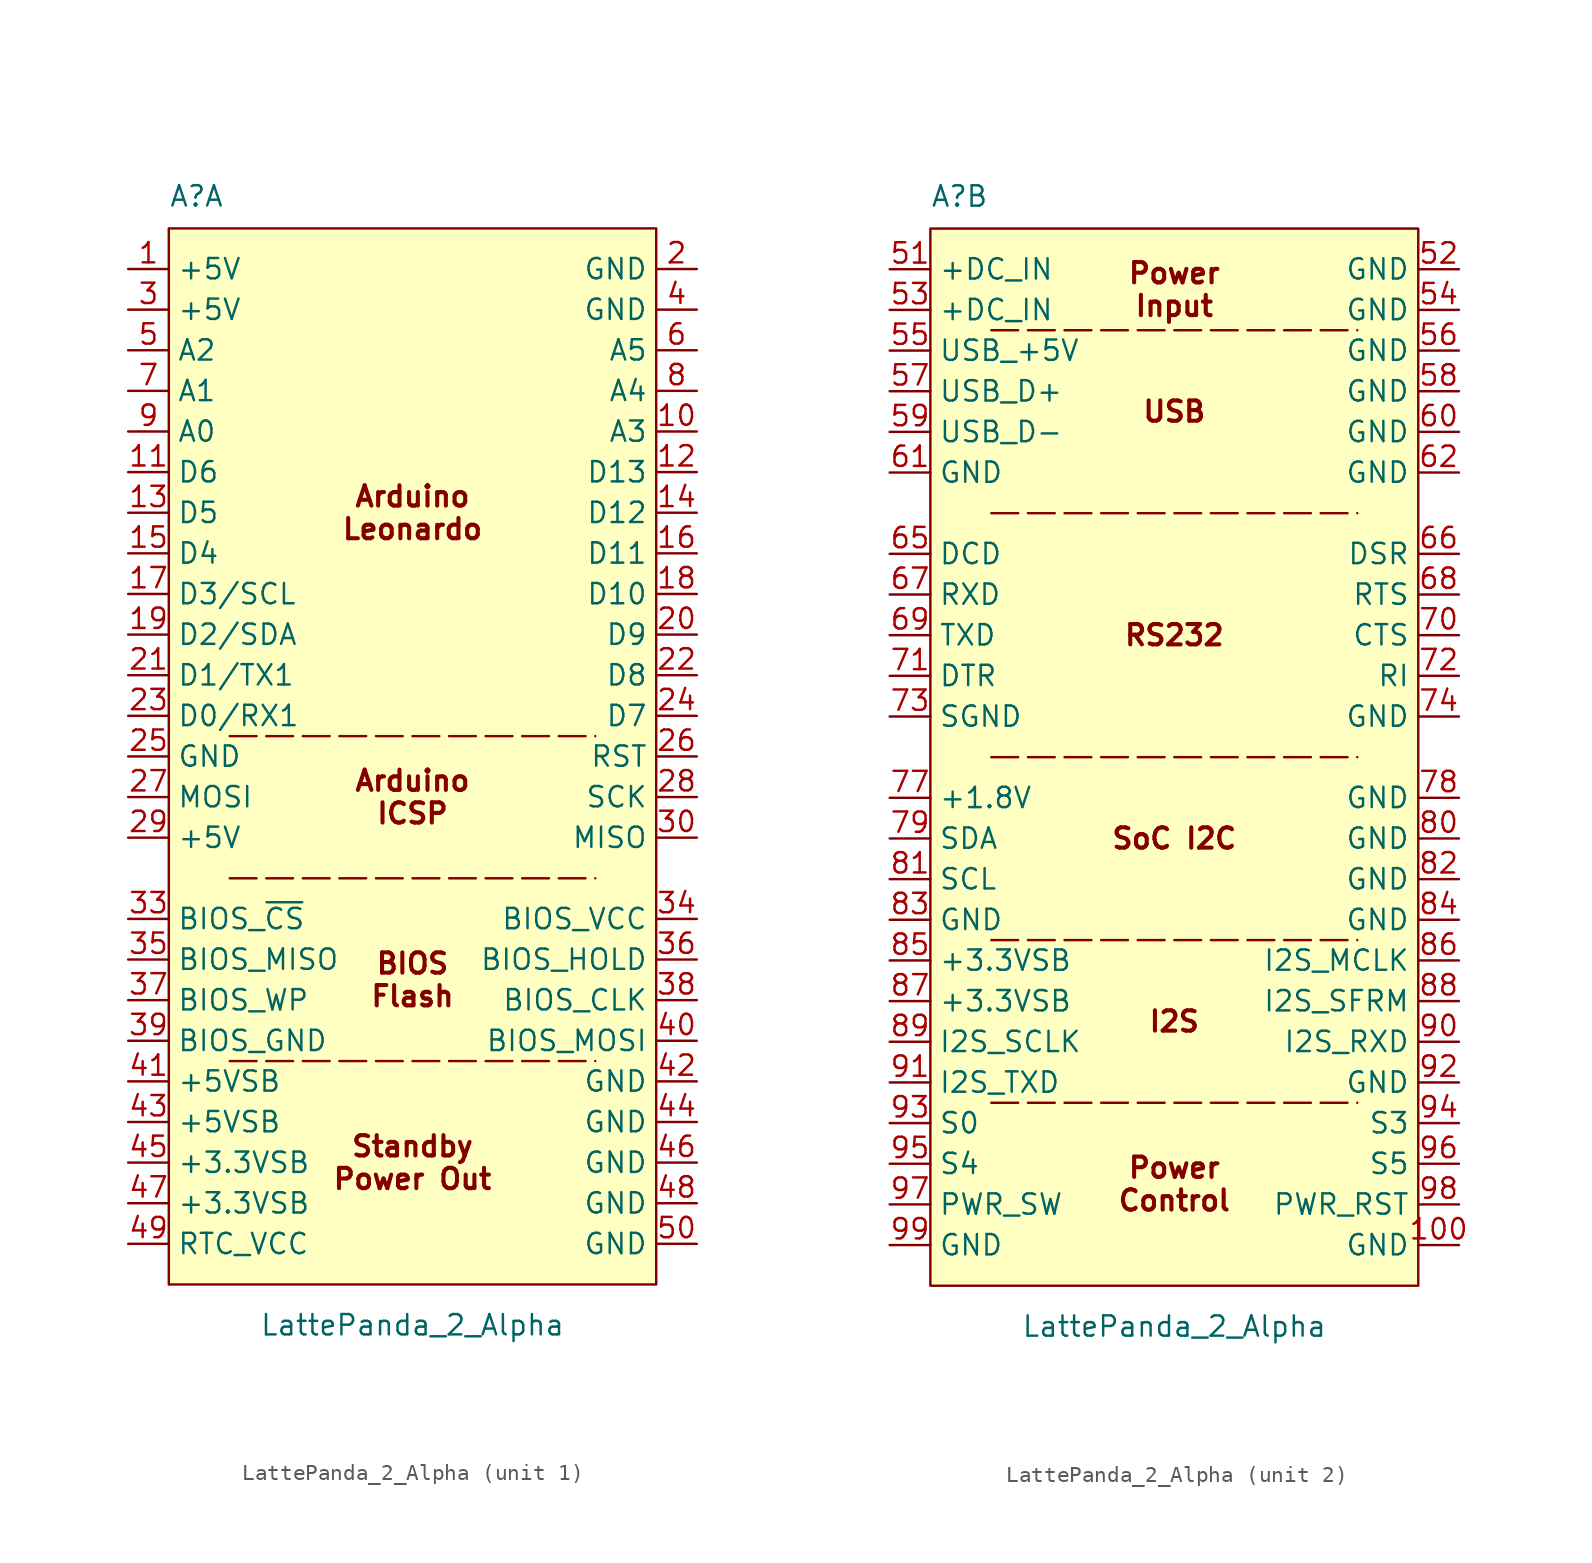
<source format=kicad_sym>
(kicad_symbol_lib
  (version 20220914)
  (generator kicad_symbol_editor)
  (symbol "LattePanda_2_Alpha"
    (property "Reference" "A"
      (at -15.24 34.29 0)
      (effects (font (size 1.27 1.27)) (justify left bottom)))
    (property "Value" "LattePanda_2_Alpha"
      (at 0 -35.56 0)
      (effects (font (size 1.27 1.27))))
    (symbol "LattePanda_2_Alpha_0_1"
      (rectangle (start -15.24 33.02) (end 15.24 -33.02) (stroke (width 0) (type default)) (fill (type background))))
    (symbol "LattePanda_2_Alpha_1_1"
      (polyline (pts (xy -11.43 -19.05) (xy 11.43 -19.05)) (stroke (width 0) (type dash)) (fill (type none)))
      (polyline (pts (xy -11.43 -7.62) (xy 11.43 -7.62)) (stroke (width 0) (type dash)) (fill (type none)))
      (polyline (pts (xy -11.43 1.27) (xy 11.43 1.27)) (stroke (width 0) (type dash)) (fill (type none)))
      (text "Arduino\nICSP" (at 0 -2.54 0) (effects (font (size 1.27 1.27) bold)))
      (text "Arduino\nLeonardo" (at 0 15.24 0) (effects (font (size 1.27 1.27) bold)))
      (text "BIOS\nFlash" (at 0 -13.97 0) (effects (font (size 1.27 1.27) bold)))
      (text "Standby\nPower Out" (at 0 -25.4 0) (effects (font (size 1.27 1.27) bold)))
      (pin power_out line (at -17.78 30.48 0) (length 2.54) (name "+5V" (effects (font (size 1.27 1.27)))) (number "1" (effects (font (size 1.27 1.27)))))
      (pin bidirectional line (at 17.78 20.32 180) (length 2.54) (name "A3" (effects (font (size 1.27 1.27)))) (number "10" (effects (font (size 1.27 1.27)))))
      (pin bidirectional line (at -17.78 17.78 0) (length 2.54) (name "D6" (effects (font (size 1.27 1.27)))) (number "11" (effects (font (size 1.27 1.27)))))
      (pin bidirectional line (at 17.78 17.78 180) (length 2.54) (name "D13" (effects (font (size 1.27 1.27)))) (number "12" (effects (font (size 1.27 1.27)))))
      (pin bidirectional line (at -17.78 15.24 0) (length 2.54) (name "D5" (effects (font (size 1.27 1.27)))) (number "13" (effects (font (size 1.27 1.27)))))
      (pin bidirectional line (at 17.78 15.24 180) (length 2.54) (name "D12" (effects (font (size 1.27 1.27)))) (number "14" (effects (font (size 1.27 1.27)))))
      (pin bidirectional line (at -17.78 12.7 0) (length 2.54) (name "D4" (effects (font (size 1.27 1.27)))) (number "15" (effects (font (size 1.27 1.27)))))
      (pin bidirectional line (at 17.78 12.7 180) (length 2.54) (name "D11" (effects (font (size 1.27 1.27)))) (number "16" (effects (font (size 1.27 1.27)))))
      (pin bidirectional line (at -17.78 10.16 0) (length 2.54) (name "D3/SCL" (effects (font (size 1.27 1.27)))) (number "17" (effects (font (size 1.27 1.27)))))
      (pin bidirectional line (at 17.78 10.16 180) (length 2.54) (name "D10" (effects (font (size 1.27 1.27)))) (number "18" (effects (font (size 1.27 1.27)))))
      (pin bidirectional line (at -17.78 7.62 0) (length 2.54) (name "D2/SDA" (effects (font (size 1.27 1.27)))) (number "19" (effects (font (size 1.27 1.27)))))
      (pin power_in line (at 17.78 30.48 180) (length 2.54) (name "GND" (effects (font (size 1.27 1.27)))) (number "2" (effects (font (size 1.27 1.27)))))
      (pin bidirectional line (at 17.78 7.62 180) (length 2.54) (name "D9" (effects (font (size 1.27 1.27)))) (number "20" (effects (font (size 1.27 1.27)))))
      (pin bidirectional line (at -17.78 5.08 0) (length 2.54) (name "D1/TX1" (effects (font (size 1.27 1.27)))) (number "21" (effects (font (size 1.27 1.27)))))
      (pin bidirectional line (at 17.78 5.08 180) (length 2.54) (name "D8" (effects (font (size 1.27 1.27)))) (number "22" (effects (font (size 1.27 1.27)))))
      (pin bidirectional line (at -17.78 2.54 0) (length 2.54) (name "D0/RX1" (effects (font (size 1.27 1.27)))) (number "23" (effects (font (size 1.27 1.27)))))
      (pin bidirectional line (at 17.78 2.54 180) (length 2.54) (name "D7" (effects (font (size 1.27 1.27)))) (number "24" (effects (font (size 1.27 1.27)))))
      (pin power_in line (at -17.78 0 0) (length 2.54) (name "GND" (effects (font (size 1.27 1.27)))) (number "25" (effects (font (size 1.27 1.27)))))
      (pin input line (at 17.78 0 180) (length 2.54) (name "RST" (effects (font (size 1.27 1.27)))) (number "26" (effects (font (size 1.27 1.27)))))
      (pin input line (at -17.78 -2.54 0) (length 2.54) (name "MOSI" (effects (font (size 1.27 1.27)))) (number "27" (effects (font (size 1.27 1.27)))))
      (pin input line (at 17.78 -2.54 180) (length 2.54) (name "SCK" (effects (font (size 1.27 1.27)))) (number "28" (effects (font (size 1.27 1.27)))))
      (pin power_in line (at -17.78 -5.08 0) (length 2.54) (name "+5V" (effects (font (size 1.27 1.27)))) (number "29" (effects (font (size 1.27 1.27)))))
      (pin power_out line (at -17.78 27.94 0) (length 2.54) (name "+5V" (effects (font (size 1.27 1.27)))) (number "3" (effects (font (size 1.27 1.27)))))
      (pin input line (at 17.78 -5.08 180) (length 2.54) (name "MISO" (effects (font (size 1.27 1.27)))) (number "30" (effects (font (size 1.27 1.27)))))
      (pin input line (at -17.78 -10.16 0) (length 2.54) (name "BIOS_~{CS}" (effects (font (size 1.27 1.27)))) (number "33" (effects (font (size 1.27 1.27)))))
      (pin power_in line (at 17.78 -10.16 180) (length 2.54) (name "BIOS_VCC" (effects (font (size 1.27 1.27)))) (number "34" (effects (font (size 1.27 1.27)))))
      (pin input line (at -17.78 -12.7 0) (length 2.54) (name "BIOS_MISO" (effects (font (size 1.27 1.27)))) (number "35" (effects (font (size 1.27 1.27)))))
      (pin input line (at 17.78 -12.7 180) (length 2.54) (name "BIOS_HOLD" (effects (font (size 1.27 1.27)))) (number "36" (effects (font (size 1.27 1.27)))))
      (pin input line (at -17.78 -15.24 0) (length 2.54) (name "BIOS_WP" (effects (font (size 1.27 1.27)))) (number "37" (effects (font (size 1.27 1.27)))))
      (pin input line (at 17.78 -15.24 180) (length 2.54) (name "BIOS_CLK" (effects (font (size 1.27 1.27)))) (number "38" (effects (font (size 1.27 1.27)))))
      (pin power_in line (at -17.78 -17.78 0) (length 2.54) (name "BIOS_GND" (effects (font (size 1.27 1.27)))) (number "39" (effects (font (size 1.27 1.27)))))
      (pin power_in line (at 17.78 27.94 180) (length 2.54) (name "GND" (effects (font (size 1.27 1.27)))) (number "4" (effects (font (size 1.27 1.27)))))
      (pin input line (at 17.78 -17.78 180) (length 2.54) (name "BIOS_MOSI" (effects (font (size 1.27 1.27)))) (number "40" (effects (font (size 1.27 1.27)))))
      (pin power_out line (at -17.78 -20.32 0) (length 2.54) (name "+5VSB" (effects (font (size 1.27 1.27)))) (number "41" (effects (font (size 1.27 1.27)))))
      (pin power_in line (at 17.78 -20.32 180) (length 2.54) (name "GND" (effects (font (size 1.27 1.27)))) (number "42" (effects (font (size 1.27 1.27)))))
      (pin power_out line (at -17.78 -22.86 0) (length 2.54) (name "+5VSB" (effects (font (size 1.27 1.27)))) (number "43" (effects (font (size 1.27 1.27)))))
      (pin power_in line (at 17.78 -22.86 180) (length 2.54) (name "GND" (effects (font (size 1.27 1.27)))) (number "44" (effects (font (size 1.27 1.27)))))
      (pin power_out line (at -17.78 -25.4 0) (length 2.54) (name "+3.3VSB" (effects (font (size 1.27 1.27)))) (number "45" (effects (font (size 1.27 1.27)))))
      (pin power_in line (at 17.78 -25.4 180) (length 2.54) (name "GND" (effects (font (size 1.27 1.27)))) (number "46" (effects (font (size 1.27 1.27)))))
      (pin power_out line (at -17.78 -27.94 0) (length 2.54) (name "+3.3VSB" (effects (font (size 1.27 1.27)))) (number "47" (effects (font (size 1.27 1.27)))))
      (pin power_in line (at 17.78 -27.94 180) (length 2.54) (name "GND" (effects (font (size 1.27 1.27)))) (number "48" (effects (font (size 1.27 1.27)))))
      (pin power_in line (at -17.78 -30.48 0) (length 2.54) (name "RTC_VCC" (effects (font (size 1.27 1.27)))) (number "49" (effects (font (size 1.27 1.27)))))
      (pin bidirectional line (at -17.78 25.4 0) (length 2.54) (name "A2" (effects (font (size 1.27 1.27)))) (number "5" (effects (font (size 1.27 1.27)))))
      (pin power_in line (at 17.78 -30.48 180) (length 2.54) (name "GND" (effects (font (size 1.27 1.27)))) (number "50" (effects (font (size 1.27 1.27)))))
      (pin bidirectional line (at 17.78 25.4 180) (length 2.54) (name "A5" (effects (font (size 1.27 1.27)))) (number "6" (effects (font (size 1.27 1.27)))))
      (pin bidirectional line (at -17.78 22.86 0) (length 2.54) (name "A1" (effects (font (size 1.27 1.27)))) (number "7" (effects (font (size 1.27 1.27)))))
      (pin bidirectional line (at 17.78 22.86 180) (length 2.54) (name "A4" (effects (font (size 1.27 1.27)))) (number "8" (effects (font (size 1.27 1.27)))))
      (pin bidirectional line (at -17.78 20.32 0) (length 2.54) (name "A0" (effects (font (size 1.27 1.27)))) (number "9" (effects (font (size 1.27 1.27))))))
    (symbol "LattePanda_2_Alpha_2_1"
      (polyline (pts (xy -11.43 -21.59) (xy 11.43 -21.59)) (stroke (width 0) (type dash)) (fill (type none)))
      (polyline (pts (xy -11.43 -11.43) (xy 11.43 -11.43)) (stroke (width 0) (type dash)) (fill (type none)))
      (polyline (pts (xy -11.43 0) (xy 11.43 0)) (stroke (width 0) (type dash)) (fill (type none)))
      (polyline (pts (xy -11.43 15.24) (xy 11.43 15.24)) (stroke (width 0) (type dash)) (fill (type none)))
      (polyline (pts (xy -11.43 26.67) (xy 11.43 26.67)) (stroke (width 0) (type dash)) (fill (type none)))
      (text "I2S" (at 0 -16.51 0) (effects (font (size 1.27 1.27) bold)))
      (text "Power\nControl" (at 0 -26.67 0) (effects (font (size 1.27 1.27) bold)))
      (text "Power\nInput" (at 0 29.21 0) (effects (font (size 1.27 1.27) bold)))
      (text "RS232" (at 0 7.62 0) (effects (font (size 1.27 1.27) bold)))
      (text "SoC I2C" (at 0 -5.08 0) (effects (font (size 1.27 1.27) bold)))
      (text "USB" (at 0 21.59 0) (effects (font (size 1.27 1.27) bold)))
      (pin power_in line (at 17.78 -30.48 180) (length 2.54) (name "GND" (effects (font (size 1.27 1.27)))) (number "100" (effects (font (size 1.27 1.27)))))
      (pin power_in line (at -17.78 30.48 0) (length 2.54) (name "+DC_IN" (effects (font (size 1.27 1.27)))) (number "51" (effects (font (size 1.27 1.27)))))
      (pin power_in line (at 17.78 30.48 180) (length 2.54) (name "GND" (effects (font (size 1.27 1.27)))) (number "52" (effects (font (size 1.27 1.27)))))
      (pin power_in line (at -17.78 27.94 0) (length 2.54) (name "+DC_IN" (effects (font (size 1.27 1.27)))) (number "53" (effects (font (size 1.27 1.27)))))
      (pin power_in line (at 17.78 27.94 180) (length 2.54) (name "GND" (effects (font (size 1.27 1.27)))) (number "54" (effects (font (size 1.27 1.27)))))
      (pin power_out line (at -17.78 25.4 0) (length 2.54) (name "USB_+5V" (effects (font (size 1.27 1.27)))) (number "55" (effects (font (size 1.27 1.27)))))
      (pin power_in line (at 17.78 25.4 180) (length 2.54) (name "GND" (effects (font (size 1.27 1.27)))) (number "56" (effects (font (size 1.27 1.27)))))
      (pin bidirectional line (at -17.78 22.86 0) (length 2.54) (name "USB_D+" (effects (font (size 1.27 1.27)))) (number "57" (effects (font (size 1.27 1.27)))))
      (pin power_in line (at 17.78 22.86 180) (length 2.54) (name "GND" (effects (font (size 1.27 1.27)))) (number "58" (effects (font (size 1.27 1.27)))))
      (pin bidirectional line (at -17.78 20.32 0) (length 2.54) (name "USB_D-" (effects (font (size 1.27 1.27)))) (number "59" (effects (font (size 1.27 1.27)))))
      (pin power_in line (at 17.78 20.32 180) (length 2.54) (name "GND" (effects (font (size 1.27 1.27)))) (number "60" (effects (font (size 1.27 1.27)))))
      (pin power_in line (at -17.78 17.78 0) (length 2.54) (name "GND" (effects (font (size 1.27 1.27)))) (number "61" (effects (font (size 1.27 1.27)))))
      (pin power_in line (at 17.78 17.78 180) (length 2.54) (name "GND" (effects (font (size 1.27 1.27)))) (number "62" (effects (font (size 1.27 1.27)))))
      (pin input line (at -17.78 12.7 0) (length 2.54) (name "DCD" (effects (font (size 1.27 1.27)))) (number "65" (effects (font (size 1.27 1.27)))))
      (pin input line (at 17.78 12.7 180) (length 2.54) (name "DSR" (effects (font (size 1.27 1.27)))) (number "66" (effects (font (size 1.27 1.27)))))
      (pin input line (at -17.78 10.16 0) (length 2.54) (name "RXD" (effects (font (size 1.27 1.27)))) (number "67" (effects (font (size 1.27 1.27)))))
      (pin output line (at 17.78 10.16 180) (length 2.54) (name "RTS" (effects (font (size 1.27 1.27)))) (number "68" (effects (font (size 1.27 1.27)))))
      (pin output line (at -17.78 7.62 0) (length 2.54) (name "TXD" (effects (font (size 1.27 1.27)))) (number "69" (effects (font (size 1.27 1.27)))))
      (pin input line (at 17.78 7.62 180) (length 2.54) (name "CTS" (effects (font (size 1.27 1.27)))) (number "70" (effects (font (size 1.27 1.27)))))
      (pin output line (at -17.78 5.08 0) (length 2.54) (name "DTR" (effects (font (size 1.27 1.27)))) (number "71" (effects (font (size 1.27 1.27)))))
      (pin input line (at 17.78 5.08 180) (length 2.54) (name "RI" (effects (font (size 1.27 1.27)))) (number "72" (effects (font (size 1.27 1.27)))))
      (pin passive line (at -17.78 2.54 0) (length 2.54) (name "SGND" (effects (font (size 1.27 1.27)))) (number "73" (effects (font (size 1.27 1.27)))))
      (pin power_in line (at 17.78 2.54 180) (length 2.54) (name "GND" (effects (font (size 1.27 1.27)))) (number "74" (effects (font (size 1.27 1.27)))))
      (pin power_out line (at -17.78 -2.54 0) (length 2.54) (name "+1.8V" (effects (font (size 1.27 1.27)))) (number "77" (effects (font (size 1.27 1.27)))))
      (pin power_in line (at 17.78 -2.54 180) (length 2.54) (name "GND" (effects (font (size 1.27 1.27)))) (number "78" (effects (font (size 1.27 1.27)))))
      (pin bidirectional line (at -17.78 -5.08 0) (length 2.54) (name "SDA" (effects (font (size 1.27 1.27)))) (number "79" (effects (font (size 1.27 1.27)))))
      (pin power_in line (at 17.78 -5.08 180) (length 2.54) (name "GND" (effects (font (size 1.27 1.27)))) (number "80" (effects (font (size 1.27 1.27)))))
      (pin output line (at -17.78 -7.62 0) (length 2.54) (name "SCL" (effects (font (size 1.27 1.27)))) (number "81" (effects (font (size 1.27 1.27)))))
      (pin power_in line (at 17.78 -7.62 180) (length 2.54) (name "GND" (effects (font (size 1.27 1.27)))) (number "82" (effects (font (size 1.27 1.27)))))
      (pin power_in line (at -17.78 -10.16 0) (length 2.54) (name "GND" (effects (font (size 1.27 1.27)))) (number "83" (effects (font (size 1.27 1.27)))))
      (pin power_in line (at 17.78 -10.16 180) (length 2.54) (name "GND" (effects (font (size 1.27 1.27)))) (number "84" (effects (font (size 1.27 1.27)))))
      (pin power_out line (at -17.78 -12.7 0) (length 2.54) (name "+3.3VSB" (effects (font (size 1.27 1.27)))) (number "85" (effects (font (size 1.27 1.27)))))
      (pin output line (at 17.78 -12.7 180) (length 2.54) (name "I2S_MCLK" (effects (font (size 1.27 1.27)))) (number "86" (effects (font (size 1.27 1.27)))))
      (pin power_out line (at -17.78 -15.24 0) (length 2.54) (name "+3.3VSB" (effects (font (size 1.27 1.27)))) (number "87" (effects (font (size 1.27 1.27)))))
      (pin output line (at 17.78 -15.24 180) (length 2.54) (name "I2S_SFRM" (effects (font (size 1.27 1.27)))) (number "88" (effects (font (size 1.27 1.27)))))
      (pin output line (at -17.78 -17.78 0) (length 2.54) (name "I2S_SCLK" (effects (font (size 1.27 1.27)))) (number "89" (effects (font (size 1.27 1.27)))))
      (pin input line (at 17.78 -17.78 180) (length 2.54) (name "I2S_RXD" (effects (font (size 1.27 1.27)))) (number "90" (effects (font (size 1.27 1.27)))))
      (pin output line (at -17.78 -20.32 0) (length 2.54) (name "I2S_TXD" (effects (font (size 1.27 1.27)))) (number "91" (effects (font (size 1.27 1.27)))))
      (pin power_in line (at 17.78 -20.32 180) (length 2.54) (name "GND" (effects (font (size 1.27 1.27)))) (number "92" (effects (font (size 1.27 1.27)))))
      (pin output line (at -17.78 -22.86 0) (length 2.54) (name "S0" (effects (font (size 1.27 1.27)))) (number "93" (effects (font (size 1.27 1.27)))))
      (pin output line (at 17.78 -22.86 180) (length 2.54) (name "S3" (effects (font (size 1.27 1.27)))) (number "94" (effects (font (size 1.27 1.27)))))
      (pin output line (at -17.78 -25.4 0) (length 2.54) (name "S4" (effects (font (size 1.27 1.27)))) (number "95" (effects (font (size 1.27 1.27)))))
      (pin output line (at 17.78 -25.4 180) (length 2.54) (name "S5" (effects (font (size 1.27 1.27)))) (number "96" (effects (font (size 1.27 1.27)))))
      (pin input line (at -17.78 -27.94 0) (length 2.54) (name "PWR_SW" (effects (font (size 1.27 1.27)))) (number "97" (effects (font (size 1.27 1.27)))))
      (pin input line (at 17.78 -27.94 180) (length 2.54) (name "PWR_RST" (effects (font (size 1.27 1.27)))) (number "98" (effects (font (size 1.27 1.27)))))
      (pin power_in line (at -17.78 -30.48 0) (length 2.54) (name "GND" (effects (font (size 1.27 1.27)))) (number "99" (effects (font (size 1.27 1.27))))))))
</source>
